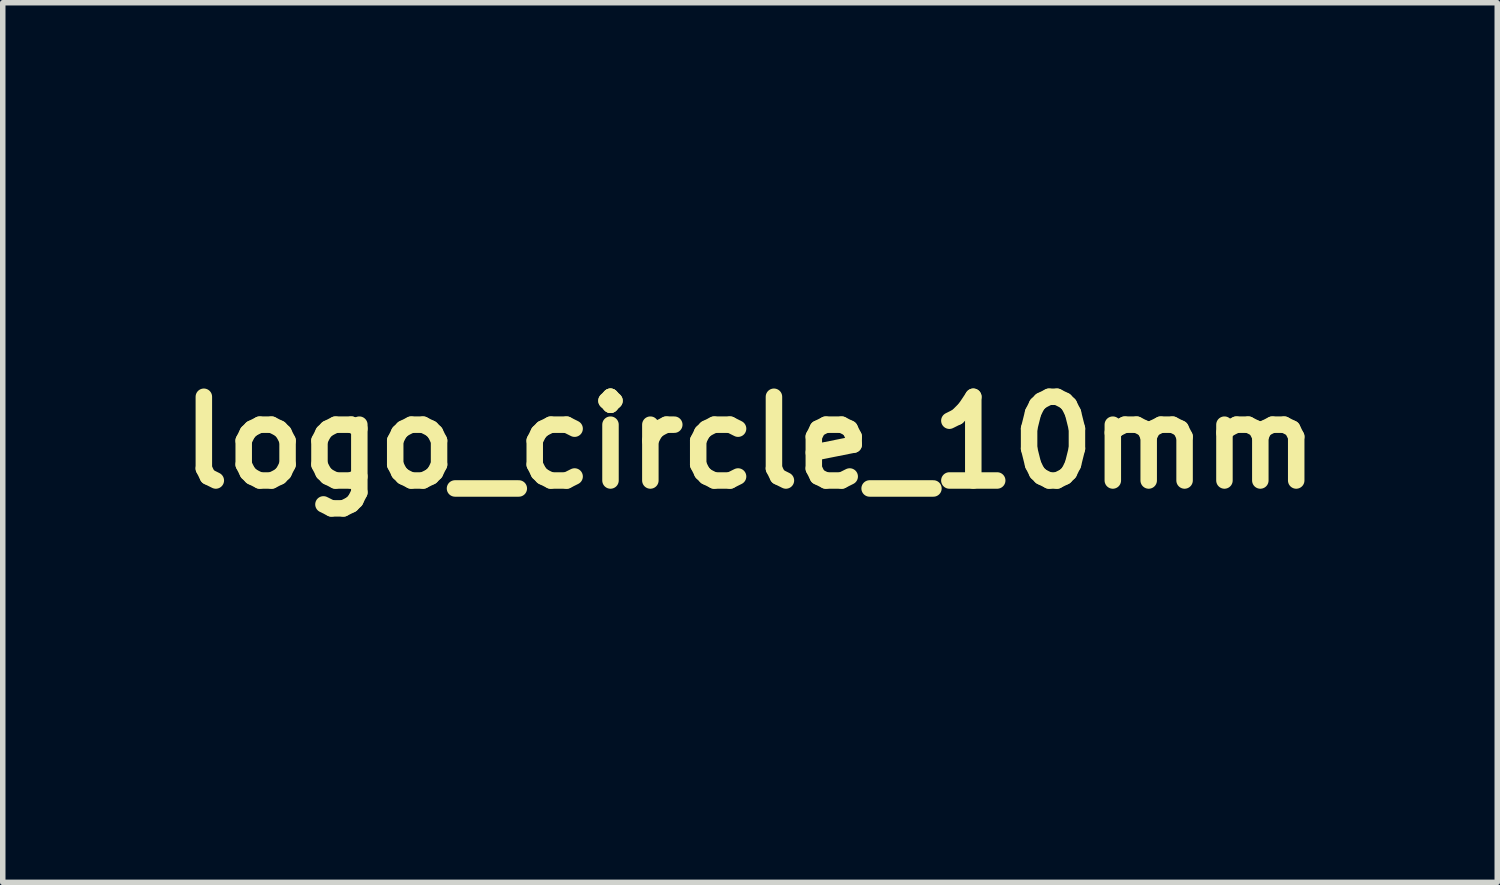
<source format=kicad_pcb>
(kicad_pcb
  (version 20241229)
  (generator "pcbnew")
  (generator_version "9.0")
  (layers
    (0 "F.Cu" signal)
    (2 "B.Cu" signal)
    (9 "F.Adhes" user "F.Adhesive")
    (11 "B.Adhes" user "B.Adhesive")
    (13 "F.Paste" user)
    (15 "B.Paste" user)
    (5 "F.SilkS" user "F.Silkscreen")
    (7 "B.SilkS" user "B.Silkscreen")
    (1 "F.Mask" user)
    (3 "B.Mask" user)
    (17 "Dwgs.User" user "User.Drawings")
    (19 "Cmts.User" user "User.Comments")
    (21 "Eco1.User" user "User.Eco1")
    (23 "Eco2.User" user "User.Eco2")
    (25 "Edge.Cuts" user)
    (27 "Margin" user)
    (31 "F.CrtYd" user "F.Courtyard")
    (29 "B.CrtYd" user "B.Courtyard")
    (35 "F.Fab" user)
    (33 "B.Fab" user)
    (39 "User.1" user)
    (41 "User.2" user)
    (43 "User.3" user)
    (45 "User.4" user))
  (footprint "logo_circle_10mm"
    (layer "F.Cu")
    (at 10.603 5.007)
    (property "Reference" "logo_circle_10mm" (at 0 0 0) (layer "F.SilkS") (effects (font (size 1.524 1.524) (thickness 0.3))))
    (attr through_hole)
    (fp_poly (pts (xy -1.471 -0.54) (xy -1.351 -0.504) (xy -1.247 -0.433) (xy -1.165 -0.333) (xy -1.114 -0.205) (xy -1.101 -0.121) (xy -1.111 0.028) (xy -1.161 0.154) (xy -1.246 0.254) (xy -1.363 0.323) (xy -1.506 0.355) (xy -1.555 0.357) (xy -1.656 0.349) (xy -1.741 0.318) (xy -1.791 0.289) (xy -1.897 0.196) (xy -1.967 0.082) (xy -1.999 -0.045) (xy -1.994 -0.175) (xy -1.95 -0.299) (xy -1.866 -0.408) (xy -1.852 -0.421) (xy -1.729 -0.502) (xy -1.6 -0.541) (xy -1.471 -0.54)) (stroke (width 0.01) (type solid)) (fill no) (layer "Eco2.User"))
    (fp_poly (pts (xy 2.958 2.341) (xy 3.046 2.406) (xy 3.111 2.493) (xy 3.131 2.53) (xy 3.165 2.609) (xy 3.188 2.679) (xy 3.193 2.712) (xy 3.172 2.844) (xy 3.113 2.967) (xy 3.025 3.071) (xy 2.917 3.145) (xy 2.868 3.164) (xy 2.829 3.168) (xy 2.747 3.172) (xy 2.624 3.176) (xy 2.465 3.179) (xy 2.273 3.182) (xy 2.052 3.185) (xy 1.805 3.187) (xy 1.536 3.189) (xy 1.248 3.19) (xy 0.947 3.191) (xy 0.634 3.192) (xy 0.314 3.192) (xy -0.01 3.192) (xy -0.334 3.192) (xy -0.654 3.192) (xy -0.967 3.191) (xy -1.268 3.189) (xy -1.555 3.188) (xy -1.824 3.186) (xy -2.07 3.183) (xy -2.291 3.18) (xy -2.483 3.177) (xy -2.641 3.174) (xy -2.763 3.17) (xy -2.844 3.166) (xy -2.882 3.162) (xy -2.995 3.102) (xy -3.087 3.009) (xy -3.152 2.893) (xy -3.183 2.765) (xy -3.175 2.637) (xy -3.173 2.628) (xy -3.131 2.511) (xy -3.071 2.425) (xy -2.981 2.354) (xy -2.957 2.34) (xy -2.847 2.276) (xy 2.847 2.276) (xy 2.958 2.341)) (stroke (width 0.01) (type solid)) (fill no) (layer "Eco2.User"))
    (fp_poly (pts (xy 0.47 -1.807) (xy 0.598 -1.806) (xy 1.636 -1.799) (xy 1.724 -1.732) (xy 1.822 -1.63) (xy 1.883 -1.509) (xy 1.907 -1.377) (xy 1.892 -1.245) (xy 1.838 -1.122) (xy 1.791 -1.063) (xy 1.751 -1.021) (xy 1.71 -0.988) (xy 1.665 -0.961) (xy 1.61 -0.941) (xy 1.539 -0.927) (xy 1.447 -0.917) (xy 1.328 -0.911) (xy 1.176 -0.908) (xy 0.986 -0.906) (xy 0.816 -0.906) (xy 0.095 -0.905) (xy 0.095 -0.453) (xy 0.826 -0.453) (xy 1.033 -0.453) (xy 1.198 -0.452) (xy 1.327 -0.45) (xy 1.425 -0.448) (xy 1.498 -0.443) (xy 1.553 -0.437) (xy 1.594 -0.429) (xy 1.627 -0.418) (xy 1.659 -0.404) (xy 1.663 -0.402) (xy 1.774 -0.324) (xy 1.851 -0.222) (xy 1.895 -0.103) (xy 1.906 0.023) (xy 1.883 0.147) (xy 1.828 0.261) (xy 1.738 0.355) (xy 1.663 0.402) (xy 1.631 0.416) (xy 1.598 0.427) (xy 1.559 0.436) (xy 1.506 0.443) (xy 1.436 0.447) (xy 1.341 0.45) (xy 1.217 0.452) (xy 1.057 0.453) (xy 0.856 0.453) (xy 0.826 0.453) (xy 0.095 0.453) (xy 0.095 0.81) (xy 0.792 0.81) (xy 1.001 0.811) (xy 1.185 0.814) (xy 1.341 0.818) (xy 1.464 0.823) (xy 1.547 0.83) (xy 1.58 0.836) (xy 1.676 0.88) (xy 1.769 0.952) (xy 1.845 1.038) (xy 1.884 1.112) (xy 1.906 1.239) (xy 1.895 1.37) (xy 1.853 1.489) (xy 1.818 1.543) (xy 1.783 1.586) (xy 1.752 1.622) (xy 1.72 1.651) (xy 1.681 1.675) (xy 1.633 1.693) (xy 1.569 1.706) (xy 1.486 1.716) (xy 1.379 1.723) (xy 1.243 1.727) (xy 1.074 1.73) (xy 0.867 1.731) (xy 0.617 1.733) (xy 0.584 1.733) (xy 0.327 1.734) (xy 0.114 1.734) (xy -0.059 1.733) (xy -0.198 1.732) (xy -0.306 1.728) (xy -0.388 1.724) (xy -0.448 1.718) (xy -0.489 1.711) (xy -0.509 1.705) (xy -0.624 1.642) (xy -0.726 1.547) (xy -0.782 1.465) (xy -0.791 1.446) (xy -0.798 1.419) (xy -0.804 1.38) (xy -0.81 1.326) (xy -0.814 1.253) (xy -0.817 1.157) (xy -0.82 1.034) (xy -0.823 0.881) (xy -0.825 0.694) (xy -0.827 0.468) (xy -0.828 0.2) (xy -0.829 0.039) (xy -0.83 -0.296) (xy -0.831 -0.585) (xy -0.83 -0.83) (xy -0.828 -1.032) (xy -0.825 -1.193) (xy -0.821 -1.316) (xy -0.815 -1.4) (xy -0.809 -1.447) (xy -0.765 -1.571) (xy -0.691 -1.678) (xy -0.599 -1.756) (xy -0.528 -1.788) (xy -0.477 -1.795) (xy -0.38 -1.801) (xy -0.235 -1.805) (xy -0.045 -1.807) (xy 0.19 -1.808) (xy 0.47 -1.807)) (stroke (width 0.01) (type solid)) (fill no) (layer "Eco2.User"))
    (fp_poly (pts (xy 0.346 -3.195) (xy 0.666 -3.195) (xy 0.978 -3.194) (xy 1.279 -3.192) (xy 1.565 -3.191) (xy 1.832 -3.188) (xy 2.077 -3.186) (xy 2.296 -3.183) (xy 2.485 -3.18) (xy 2.64 -3.176) (xy 2.759 -3.172) (xy 2.836 -3.168) (xy 2.868 -3.164) (xy 2.975 -3.11) (xy 3.071 -3.024) (xy 3.143 -2.92) (xy 3.164 -2.868) (xy 3.169 -2.827) (xy 3.173 -2.744) (xy 3.177 -2.621) (xy 3.181 -2.463) (xy 3.184 -2.275) (xy 3.187 -2.06) (xy 3.189 -1.823) (xy 3.191 -1.569) (xy 3.193 -1.301) (xy 3.194 -1.023) (xy 3.194 -0.741) (xy 3.194 -0.458) (xy 3.194 -0.178) (xy 3.193 0.093) (xy 3.192 0.353) (xy 3.19 0.597) (xy 3.188 0.819) (xy 3.185 1.017) (xy 3.182 1.186) (xy 3.178 1.322) (xy 3.174 1.42) (xy 3.169 1.476) (xy 3.168 1.484) (xy 3.123 1.581) (xy 3.049 1.678) (xy 2.963 1.755) (xy 2.928 1.776) (xy 2.85 1.8) (xy 2.746 1.81) (xy 2.64 1.805) (xy 2.55 1.786) (xy 2.528 1.776) (xy 2.441 1.712) (xy 2.36 1.621) (xy 2.302 1.521) (xy 2.289 1.484) (xy 2.283 1.44) (xy 2.279 1.348) (xy 2.275 1.21) (xy 2.271 1.026) (xy 2.268 0.796) (xy 2.266 0.521) (xy 2.265 0.201) (xy 2.264 -0.164) (xy 2.264 -0.435) (xy 2.264 -2.264) (xy -2.264 -2.264) (xy -2.264 -0.435) (xy -2.264 -0.041) (xy -2.265 0.309) (xy -2.267 0.615) (xy -2.269 0.875) (xy -2.272 1.091) (xy -2.276 1.26) (xy -2.28 1.383) (xy -2.285 1.459) (xy -2.289 1.484) (xy -2.334 1.581) (xy -2.407 1.678) (xy -2.494 1.755) (xy -2.528 1.776) (xy -2.613 1.802) (xy -2.719 1.811) (xy -2.828 1.803) (xy -2.919 1.779) (xy -2.943 1.766) (xy -3.065 1.665) (xy -3.149 1.535) (xy -3.156 1.519) (xy -3.162 1.5) (xy -3.168 1.471) (xy -3.173 1.43) (xy -3.177 1.375) (xy -3.181 1.302) (xy -3.184 1.209) (xy -3.186 1.091) (xy -3.188 0.948) (xy -3.19 0.774) (xy -3.191 0.568) (xy -3.192 0.326) (xy -3.193 0.046) (xy -3.193 -0.275) (xy -3.193 -0.641) (xy -3.193 -0.67) (xy -3.193 -1.06) (xy -3.192 -1.405) (xy -3.191 -1.707) (xy -3.19 -1.968) (xy -3.188 -2.191) (xy -3.186 -2.378) (xy -3.183 -2.532) (xy -3.18 -2.654) (xy -3.176 -2.747) (xy -3.172 -2.813) (xy -3.167 -2.855) (xy -3.164 -2.868) (xy -3.11 -2.975) (xy -3.024 -3.071) (xy -2.92 -3.143) (xy -2.868 -3.164) (xy -2.828 -3.168) (xy -2.745 -3.173) (xy -2.621 -3.177) (xy -2.46 -3.18) (xy -2.267 -3.183) (xy -2.044 -3.186) (xy -1.796 -3.189) (xy -1.526 -3.191) (xy -1.238 -3.192) (xy -0.936 -3.194) (xy -0.622 -3.195) (xy -0.302 -3.195) (xy 0.022 -3.195) (xy 0.346 -3.195)) (stroke (width 0.01) (type solid)) (fill no) (layer "Eco2.User"))
    (fp_poly (pts (xy 0.285 -4.996) (xy 0.73 -4.95) (xy 1.167 -4.865) (xy 1.596 -4.741) (xy 2.012 -4.58) (xy 2.413 -4.382) (xy 2.797 -4.148) (xy 3.16 -3.879) (xy 3.5 -3.576) (xy 3.814 -3.238) (xy 4.1 -2.868) (xy 4.353 -2.465) (xy 4.494 -2.2) (xy 4.685 -1.757) (xy 4.832 -1.301) (xy 4.933 -0.837) (xy 4.99 -0.366) (xy 5.002 0.108) (xy 4.969 0.581) (xy 4.891 1.05) (xy 4.769 1.512) (xy 4.601 1.964) (xy 4.491 2.204) (xy 4.257 2.629) (xy 3.986 3.025) (xy 3.681 3.39) (xy 3.344 3.723) (xy 2.978 4.021) (xy 2.585 4.284) (xy 2.168 4.509) (xy 1.729 4.694) (xy 1.27 4.839) (xy 0.795 4.941) (xy 0.512 4.98) (xy 0.369 4.991) (xy 0.194 4.998) (xy 0.002 5) (xy -0.192 4.998) (xy -0.372 4.991) (xy -0.524 4.98) (xy -0.548 4.977) (xy -1.024 4.901) (xy -1.483 4.781) (xy -1.923 4.621) (xy -2.342 4.422) (xy -2.739 4.188) (xy -3.11 3.919) (xy -3.454 3.618) (xy -3.769 3.289) (xy -4.053 2.932) (xy -4.304 2.55) (xy -4.52 2.145) (xy -4.698 1.72) (xy -4.838 1.277) (xy -4.936 0.818) (xy -4.991 0.346) (xy -5.003 0.001) (xy -4.811 0.001) (xy -4.805 0.223) (xy -4.793 0.442) (xy -4.776 0.643) (xy -4.755 0.815) (xy -4.745 0.87) (xy -4.633 1.336) (xy -4.479 1.782) (xy -4.286 2.206) (xy -4.055 2.606) (xy -3.788 2.98) (xy -3.488 3.326) (xy -3.158 3.642) (xy -2.798 3.925) (xy -2.412 4.174) (xy -2.002 4.386) (xy -1.57 4.559) (xy -1.118 4.692) (xy -0.691 4.775) (xy -0.537 4.792) (xy -0.348 4.803) (xy -0.138 4.809) (xy 0.08 4.81) (xy 0.294 4.805) (xy 0.49 4.794) (xy 0.655 4.778) (xy 0.671 4.776) (xy 1.109 4.693) (xy 1.541 4.569) (xy 1.959 4.408) (xy 2.352 4.212) (xy 2.469 4.144) (xy 2.868 3.876) (xy 3.234 3.574) (xy 3.568 3.241) (xy 3.866 2.878) (xy 4.127 2.489) (xy 4.35 2.077) (xy 4.532 1.644) (xy 4.672 1.192) (xy 4.767 0.725) (xy 4.775 0.675) (xy 4.795 0.483) (xy 4.808 0.259) (xy 4.813 0.019) (xy 4.809 -0.223) (xy 4.798 -0.45) (xy 4.778 -0.648) (xy 4.775 -0.675) (xy 4.685 -1.14) (xy 4.551 -1.589) (xy 4.378 -2.018) (xy 4.166 -2.425) (xy 3.918 -2.808) (xy 3.637 -3.164) (xy 3.323 -3.492) (xy 2.981 -3.79) (xy 2.611 -4.054) (xy 2.216 -4.283) (xy 1.799 -4.475) (xy 1.362 -4.627) (xy 0.906 -4.737) (xy 0.671 -4.776) (xy 0.479 -4.796) (xy 0.256 -4.808) (xy 0.018 -4.812) (xy -0.222 -4.809) (xy -0.447 -4.798) (xy -0.643 -4.779) (xy -0.675 -4.775) (xy -1.144 -4.684) (xy -1.597 -4.548) (xy -2.032 -4.371) (xy -2.447 -4.152) (xy -2.838 -3.895) (xy -3.204 -3.601) (xy -3.54 -3.271) (xy -3.846 -2.908) (xy -4.117 -2.513) (xy -4.144 -2.47) (xy -4.351 -2.084) (xy -4.524 -1.67) (xy -4.66 -1.236) (xy -4.758 -0.79) (xy -4.79 -0.567) (xy -4.804 -0.407) (xy -4.81 -0.214) (xy -4.811 0.001) (xy -5.003 0.001) (xy -5.003 0) (xy -4.98 -0.484) (xy -4.911 -0.958) (xy -4.798 -1.421) (xy -4.642 -1.868) (xy -4.445 -2.298) (xy -4.208 -2.707) (xy -3.933 -3.093) (xy -3.622 -3.452) (xy -3.276 -3.782) (xy -2.896 -4.08) (xy -2.776 -4.163) (xy -2.363 -4.411) (xy -1.938 -4.615) (xy -1.502 -4.775) (xy -1.059 -4.893) (xy -0.612 -4.968) (xy -0.163 -5.002) (xy 0.285 -4.996)) (stroke (width 0.01) (type solid)) (fill no) (layer "Eco2.User")))
  (gr_rect
    (start -3 -3)
    (end 24.205 13.012)
    (stroke (width 0.1) (type default))
    (fill no)
    (layer "Edge.Cuts")))
</source>
